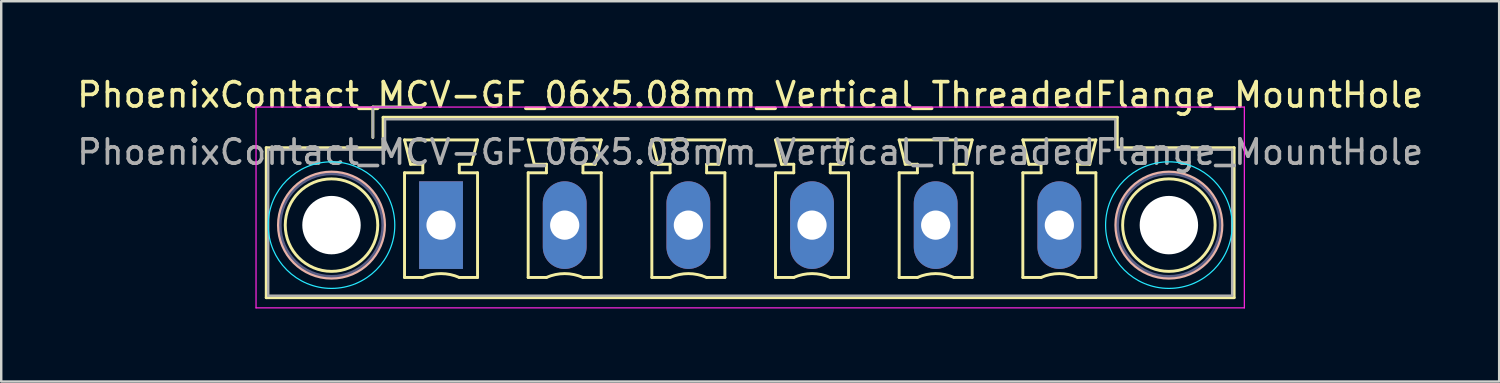
<source format=kicad_pcb>
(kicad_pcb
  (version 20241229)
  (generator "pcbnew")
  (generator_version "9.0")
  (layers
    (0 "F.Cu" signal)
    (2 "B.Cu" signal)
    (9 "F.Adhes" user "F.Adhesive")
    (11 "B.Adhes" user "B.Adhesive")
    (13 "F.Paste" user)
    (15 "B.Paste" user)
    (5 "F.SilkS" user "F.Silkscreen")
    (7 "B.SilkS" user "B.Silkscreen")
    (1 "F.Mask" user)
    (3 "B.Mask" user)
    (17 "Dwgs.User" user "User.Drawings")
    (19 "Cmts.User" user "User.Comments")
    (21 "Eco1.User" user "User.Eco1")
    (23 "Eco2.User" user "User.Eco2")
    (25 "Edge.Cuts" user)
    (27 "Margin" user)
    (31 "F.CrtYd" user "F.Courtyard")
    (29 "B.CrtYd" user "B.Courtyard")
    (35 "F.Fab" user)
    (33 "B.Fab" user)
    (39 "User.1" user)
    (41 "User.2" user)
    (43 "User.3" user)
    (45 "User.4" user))
  (footprint "PhoenixContact_MCV-GF_06x5.08mm_Vertical_ThreadedFlange_MountHole"
    (layer "F.Cu")
    (at 15.068 6.198)
    (property "Reference" "PhoenixContact_MCV-GF_06x5.08mm_Vertical_ThreadedFlange_MountHole" (at 12.7 -5.35 0) (layer "F.SilkS") (effects (font (size 1 1) (thickness 0.15))))
    (attr through_hole)
    (fp_line (start -7.18 -3.18) (end -7.18 2.98) (stroke (width 0.12) (type solid)) (layer "F.SilkS"))
    (fp_line (start -7.18 2.98) (end 32.58 2.98) (stroke (width 0.12) (type solid)) (layer "F.SilkS"))
    (fp_line (start -2.8 -4.85) (end -0.8 -4.85) (stroke (width 0.12) (type solid)) (layer "F.SilkS"))
    (fp_line (start -2.8 -3.6) (end -2.8 -4.85) (stroke (width 0.12) (type solid)) (layer "F.SilkS"))
    (fp_line (start -2.38 -4.43) (end -2.38 -3.18) (stroke (width 0.12) (type solid)) (layer "F.SilkS"))
    (fp_line (start -2.38 -3.18) (end -7.18 -3.18) (stroke (width 0.12) (type solid)) (layer "F.SilkS"))
    (fp_line (start -1.5 -3.5) (end 1.5 -3.5) (stroke (width 0.12) (type solid)) (layer "F.SilkS"))
    (fp_line (start -1.5 -2.15) (end -0.75 -2.15) (stroke (width 0.12) (type solid)) (layer "F.SilkS"))
    (fp_line (start -1.5 2.15) (end -1.5 -2.15) (stroke (width 0.12) (type solid)) (layer "F.SilkS"))
    (fp_line (start -1.25 -2.5) (end -1.5 -3.5) (stroke (width 0.12) (type solid)) (layer "F.SilkS"))
    (fp_line (start -0.75 -2.5) (end -1.25 -2.5) (stroke (width 0.12) (type solid)) (layer "F.SilkS"))
    (fp_line (start -0.75 -2.15) (end -0.75 -2.5) (stroke (width 0.12) (type solid)) (layer "F.SilkS"))
    (fp_line (start -0.75 2.15) (end -1.5 2.15) (stroke (width 0.12) (type solid)) (layer "F.SilkS"))
    (fp_line (start 0.75 -2.5) (end 0.75 -2.15) (stroke (width 0.12) (type solid)) (layer "F.SilkS"))
    (fp_line (start 0.75 -2.15) (end 1.5 -2.15) (stroke (width 0.12) (type solid)) (layer "F.SilkS"))
    (fp_line (start 1.25 -2.5) (end 0.75 -2.5) (stroke (width 0.12) (type solid)) (layer "F.SilkS"))
    (fp_line (start 1.5 -3.5) (end 1.25 -2.5) (stroke (width 0.12) (type solid)) (layer "F.SilkS"))
    (fp_line (start 1.5 -2.15) (end 1.5 2.15) (stroke (width 0.12) (type solid)) (layer "F.SilkS"))
    (fp_line (start 1.5 2.15) (end 0.75 2.15) (stroke (width 0.12) (type solid)) (layer "F.SilkS"))
    (fp_line (start 3.58 -3.5) (end 6.58 -3.5) (stroke (width 0.12) (type solid)) (layer "F.SilkS"))
    (fp_line (start 3.58 -2.15) (end 4.33 -2.15) (stroke (width 0.12) (type solid)) (layer "F.SilkS"))
    (fp_line (start 3.58 2.15) (end 3.58 -2.15) (stroke (width 0.12) (type solid)) (layer "F.SilkS"))
    (fp_line (start 3.83 -2.5) (end 3.58 -3.5) (stroke (width 0.12) (type solid)) (layer "F.SilkS"))
    (fp_line (start 4.33 -2.5) (end 3.83 -2.5) (stroke (width 0.12) (type solid)) (layer "F.SilkS"))
    (fp_line (start 4.33 -2.15) (end 4.33 -2.5) (stroke (width 0.12) (type solid)) (layer "F.SilkS"))
    (fp_line (start 4.33 2.15) (end 3.58 2.15) (stroke (width 0.12) (type solid)) (layer "F.SilkS"))
    (fp_line (start 5.83 -2.5) (end 5.83 -2.15) (stroke (width 0.12) (type solid)) (layer "F.SilkS"))
    (fp_line (start 5.83 -2.15) (end 6.58 -2.15) (stroke (width 0.12) (type solid)) (layer "F.SilkS"))
    (fp_line (start 6.33 -2.5) (end 5.83 -2.5) (stroke (width 0.12) (type solid)) (layer "F.SilkS"))
    (fp_line (start 6.58 -3.5) (end 6.33 -2.5) (stroke (width 0.12) (type solid)) (layer "F.SilkS"))
    (fp_line (start 6.58 -2.15) (end 6.58 2.15) (stroke (width 0.12) (type solid)) (layer "F.SilkS"))
    (fp_line (start 6.58 2.15) (end 5.83 2.15) (stroke (width 0.12) (type solid)) (layer "F.SilkS"))
    (fp_line (start 8.66 -3.5) (end 11.66 -3.5) (stroke (width 0.12) (type solid)) (layer "F.SilkS"))
    (fp_line (start 8.66 -2.15) (end 9.41 -2.15) (stroke (width 0.12) (type solid)) (layer "F.SilkS"))
    (fp_line (start 8.66 2.15) (end 8.66 -2.15) (stroke (width 0.12) (type solid)) (layer "F.SilkS"))
    (fp_line (start 8.91 -2.5) (end 8.66 -3.5) (stroke (width 0.12) (type solid)) (layer "F.SilkS"))
    (fp_line (start 9.41 -2.5) (end 8.91 -2.5) (stroke (width 0.12) (type solid)) (layer "F.SilkS"))
    (fp_line (start 9.41 -2.15) (end 9.41 -2.5) (stroke (width 0.12) (type solid)) (layer "F.SilkS"))
    (fp_line (start 9.41 2.15) (end 8.66 2.15) (stroke (width 0.12) (type solid)) (layer "F.SilkS"))
    (fp_line (start 10.91 -2.5) (end 10.91 -2.15) (stroke (width 0.12) (type solid)) (layer "F.SilkS"))
    (fp_line (start 10.91 -2.15) (end 11.66 -2.15) (stroke (width 0.12) (type solid)) (layer "F.SilkS"))
    (fp_line (start 11.41 -2.5) (end 10.91 -2.5) (stroke (width 0.12) (type solid)) (layer "F.SilkS"))
    (fp_line (start 11.66 -3.5) (end 11.41 -2.5) (stroke (width 0.12) (type solid)) (layer "F.SilkS"))
    (fp_line (start 11.66 -2.15) (end 11.66 2.15) (stroke (width 0.12) (type solid)) (layer "F.SilkS"))
    (fp_line (start 11.66 2.15) (end 10.91 2.15) (stroke (width 0.12) (type solid)) (layer "F.SilkS"))
    (fp_line (start 13.74 -3.5) (end 16.74 -3.5) (stroke (width 0.12) (type solid)) (layer "F.SilkS"))
    (fp_line (start 13.74 -2.15) (end 14.49 -2.15) (stroke (width 0.12) (type solid)) (layer "F.SilkS"))
    (fp_line (start 13.74 2.15) (end 13.74 -2.15) (stroke (width 0.12) (type solid)) (layer "F.SilkS"))
    (fp_line (start 13.99 -2.5) (end 13.74 -3.5) (stroke (width 0.12) (type solid)) (layer "F.SilkS"))
    (fp_line (start 14.49 -2.5) (end 13.99 -2.5) (stroke (width 0.12) (type solid)) (layer "F.SilkS"))
    (fp_line (start 14.49 -2.15) (end 14.49 -2.5) (stroke (width 0.12) (type solid)) (layer "F.SilkS"))
    (fp_line (start 14.49 2.15) (end 13.74 2.15) (stroke (width 0.12) (type solid)) (layer "F.SilkS"))
    (fp_line (start 15.99 -2.5) (end 15.99 -2.15) (stroke (width 0.12) (type solid)) (layer "F.SilkS"))
    (fp_line (start 15.99 -2.15) (end 16.74 -2.15) (stroke (width 0.12) (type solid)) (layer "F.SilkS"))
    (fp_line (start 16.49 -2.5) (end 15.99 -2.5) (stroke (width 0.12) (type solid)) (layer "F.SilkS"))
    (fp_line (start 16.74 -3.5) (end 16.49 -2.5) (stroke (width 0.12) (type solid)) (layer "F.SilkS"))
    (fp_line (start 16.74 -2.15) (end 16.74 2.15) (stroke (width 0.12) (type solid)) (layer "F.SilkS"))
    (fp_line (start 16.74 2.15) (end 15.99 2.15) (stroke (width 0.12) (type solid)) (layer "F.SilkS"))
    (fp_line (start 18.82 -3.5) (end 21.82 -3.5) (stroke (width 0.12) (type solid)) (layer "F.SilkS"))
    (fp_line (start 18.82 -2.15) (end 19.57 -2.15) (stroke (width 0.12) (type solid)) (layer "F.SilkS"))
    (fp_line (start 18.82 2.15) (end 18.82 -2.15) (stroke (width 0.12) (type solid)) (layer "F.SilkS"))
    (fp_line (start 19.07 -2.5) (end 18.82 -3.5) (stroke (width 0.12) (type solid)) (layer "F.SilkS"))
    (fp_line (start 19.57 -2.5) (end 19.07 -2.5) (stroke (width 0.12) (type solid)) (layer "F.SilkS"))
    (fp_line (start 19.57 -2.15) (end 19.57 -2.5) (stroke (width 0.12) (type solid)) (layer "F.SilkS"))
    (fp_line (start 19.57 2.15) (end 18.82 2.15) (stroke (width 0.12) (type solid)) (layer "F.SilkS"))
    (fp_line (start 21.07 -2.5) (end 21.07 -2.15) (stroke (width 0.12) (type solid)) (layer "F.SilkS"))
    (fp_line (start 21.07 -2.15) (end 21.82 -2.15) (stroke (width 0.12) (type solid)) (layer "F.SilkS"))
    (fp_line (start 21.57 -2.5) (end 21.07 -2.5) (stroke (width 0.12) (type solid)) (layer "F.SilkS"))
    (fp_line (start 21.82 -3.5) (end 21.57 -2.5) (stroke (width 0.12) (type solid)) (layer "F.SilkS"))
    (fp_line (start 21.82 -2.15) (end 21.82 2.15) (stroke (width 0.12) (type solid)) (layer "F.SilkS"))
    (fp_line (start 21.82 2.15) (end 21.07 2.15) (stroke (width 0.12) (type solid)) (layer "F.SilkS"))
    (fp_line (start 23.9 -3.5) (end 26.9 -3.5) (stroke (width 0.12) (type solid)) (layer "F.SilkS"))
    (fp_line (start 23.9 -2.15) (end 24.65 -2.15) (stroke (width 0.12) (type solid)) (layer "F.SilkS"))
    (fp_line (start 23.9 2.15) (end 23.9 -2.15) (stroke (width 0.12) (type solid)) (layer "F.SilkS"))
    (fp_line (start 24.15 -2.5) (end 23.9 -3.5) (stroke (width 0.12) (type solid)) (layer "F.SilkS"))
    (fp_line (start 24.65 -2.5) (end 24.15 -2.5) (stroke (width 0.12) (type solid)) (layer "F.SilkS"))
    (fp_line (start 24.65 -2.15) (end 24.65 -2.5) (stroke (width 0.12) (type solid)) (layer "F.SilkS"))
    (fp_line (start 24.65 2.15) (end 23.9 2.15) (stroke (width 0.12) (type solid)) (layer "F.SilkS"))
    (fp_line (start 26.15 -2.5) (end 26.15 -2.15) (stroke (width 0.12) (type solid)) (layer "F.SilkS"))
    (fp_line (start 26.15 -2.15) (end 26.9 -2.15) (stroke (width 0.12) (type solid)) (layer "F.SilkS"))
    (fp_line (start 26.65 -2.5) (end 26.15 -2.5) (stroke (width 0.12) (type solid)) (layer "F.SilkS"))
    (fp_line (start 26.9 -3.5) (end 26.65 -2.5) (stroke (width 0.12) (type solid)) (layer "F.SilkS"))
    (fp_line (start 26.9 -2.15) (end 26.9 2.15) (stroke (width 0.12) (type solid)) (layer "F.SilkS"))
    (fp_line (start 26.9 2.15) (end 26.15 2.15) (stroke (width 0.12) (type solid)) (layer "F.SilkS"))
    (fp_line (start 27.78 -4.43) (end -2.38 -4.43) (stroke (width 0.12) (type solid)) (layer "F.SilkS"))
    (fp_line (start 27.78 -3.18) (end 27.78 -4.43) (stroke (width 0.12) (type solid)) (layer "F.SilkS"))
    (fp_line (start 32.58 -3.18) (end 27.78 -3.18) (stroke (width 0.12) (type solid)) (layer "F.SilkS"))
    (fp_line (start 32.58 2.98) (end 32.58 -3.18) (stroke (width 0.12) (type solid)) (layer "F.SilkS"))
    (fp_arc (start -0.75 2.15) (mid -0.000193 1.99191) (end 0.749647 2.149844) (stroke (width 0.12) (type solid)) (layer "F.SilkS"))
    (fp_arc (start 4.33 2.15) (mid 5.079807 1.99191) (end 5.829647 2.149844) (stroke (width 0.12) (type solid)) (layer "F.SilkS"))
    (fp_arc (start 9.41 2.15) (mid 10.159807 1.99191) (end 10.909647 2.149844) (stroke (width 0.12) (type solid)) (layer "F.SilkS"))
    (fp_arc (start 14.49 2.15) (mid 15.239807 1.99191) (end 15.989647 2.149844) (stroke (width 0.12) (type solid)) (layer "F.SilkS"))
    (fp_arc (start 19.57 2.15) (mid 20.319807 1.99191) (end 21.069647 2.149844) (stroke (width 0.12) (type solid)) (layer "F.SilkS"))
    (fp_arc (start 24.65 2.15) (mid 25.399807 1.99191) (end 26.149647 2.149844) (stroke (width 0.12) (type solid)) (layer "F.SilkS"))
    (fp_circle (center -4.5 0) (end -2.6 0) (stroke (width 0.12) (type solid)) (fill no) (layer "F.SilkS"))
    (fp_circle (center 29.9 0) (end 31.8 0) (stroke (width 0.12) (type solid)) (fill no) (layer "F.SilkS"))
    (fp_circle (center -4.5 0) (end -2.32 0) (stroke (width 0.12) (type solid)) (fill no) (layer "B.SilkS"))
    (fp_circle (center 29.9 0) (end 32.08 0) (stroke (width 0.12) (type solid)) (fill no) (layer "B.SilkS"))
    (fp_circle (center -4.5 0) (end -1.9 0) (stroke (width 0.05) (type solid)) (fill no) (layer "B.CrtYd"))
    (fp_circle (center 29.9 0) (end 32.5 0) (stroke (width 0.05) (type solid)) (fill no) (layer "B.CrtYd"))
    (fp_line (start -7.6 -4.85) (end -7.6 3.4) (stroke (width 0.05) (type solid)) (layer "F.CrtYd"))
    (fp_line (start -7.6 3.4) (end 33 3.4) (stroke (width 0.05) (type solid)) (layer "F.CrtYd"))
    (fp_line (start 33 -4.85) (end -7.6 -4.85) (stroke (width 0.05) (type solid)) (layer "F.CrtYd"))
    (fp_line (start 33 3.4) (end 33 -4.85) (stroke (width 0.05) (type solid)) (layer "F.CrtYd"))
    (fp_circle (center -4.5 0) (end -2.4 0) (stroke (width 0.1) (type solid)) (fill no) (layer "B.Fab"))
    (fp_circle (center 29.9 0) (end 32 0) (stroke (width 0.1) (type solid)) (fill no) (layer "B.Fab"))
    (fp_line (start -7.1 -3.1) (end -7.1 2.9) (stroke (width 0.1) (type solid)) (layer "F.Fab"))
    (fp_line (start -7.1 2.9) (end 32.5 2.9) (stroke (width 0.1) (type solid)) (layer "F.Fab"))
    (fp_line (start -2.8 -4.85) (end -0.8 -4.85) (stroke (width 0.1) (type solid)) (layer "F.Fab"))
    (fp_line (start -2.8 -3.6) (end -2.8 -4.85) (stroke (width 0.1) (type solid)) (layer "F.Fab"))
    (fp_line (start -2.3 -4.35) (end -2.3 -3.1) (stroke (width 0.1) (type solid)) (layer "F.Fab"))
    (fp_line (start -2.3 -3.1) (end -7.1 -3.1) (stroke (width 0.1) (type solid)) (layer "F.Fab"))
    (fp_line (start 27.7 -4.35) (end -2.3 -4.35) (stroke (width 0.1) (type solid)) (layer "F.Fab"))
    (fp_line (start 27.7 -3.1) (end 27.7 -4.35) (stroke (width 0.1) (type solid)) (layer "F.Fab"))
    (fp_line (start 32.5 -3.1) (end 27.7 -3.1) (stroke (width 0.1) (type solid)) (layer "F.Fab"))
    (fp_line (start 32.5 2.9) (end 32.5 -3.1) (stroke (width 0.1) (type solid)) (layer "F.Fab"))
    (fp_text user "${REFERENCE}" (at 12.7 -3 0) (layer "F.Fab") (effects (font (size 1 1) (thickness 0.15))))
    (pad "" np_thru_hole circle (at -4.5 0) (size 2.4 2.4) (drill 2.4) (layers "*.Cu" "*.Mask"))
    (pad "" np_thru_hole circle (at 29.9 0) (size 2.4 2.4) (drill 2.4) (layers "*.Cu" "*.Mask"))
    (pad "1" thru_hole rect (at 0 0) (size 1.8 3.6) (drill 1.2) (layers "*.Cu" "*.Mask"))
    (pad "2" thru_hole oval (at 5.08 0) (size 1.8 3.6) (drill 1.2) (layers "*.Cu" "*.Mask"))
    (pad "3" thru_hole oval (at 10.16 0) (size 1.8 3.6) (drill 1.2) (layers "*.Cu" "*.Mask"))
    (pad "4" thru_hole oval (at 15.24 0) (size 1.8 3.6) (drill 1.2) (layers "*.Cu" "*.Mask"))
    (pad "5" thru_hole oval (at 20.32 0) (size 1.8 3.6) (drill 1.2) (layers "*.Cu" "*.Mask"))
    (pad "6" thru_hole oval (at 25.4 0) (size 1.8 3.6) (drill 1.2) (layers "*.Cu" "*.Mask")))
  (gr_rect
    (start -3 -3)
    (end 58.536 12.623)
    (stroke (width 0.1) (type default))
    (fill no)
    (layer "Edge.Cuts")))
</source>
